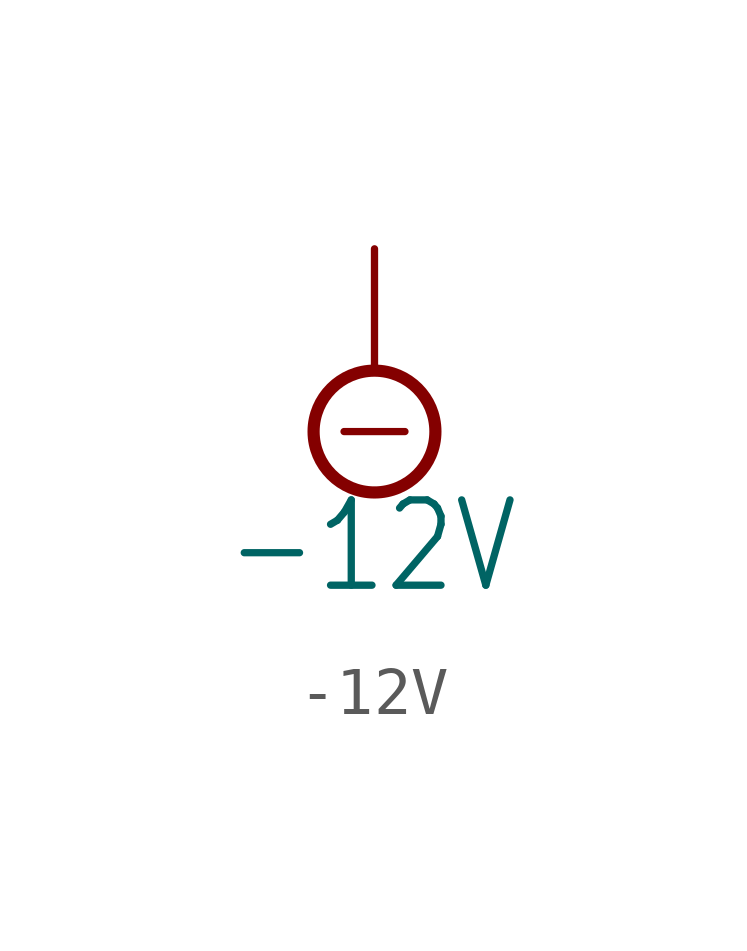
<source format=kicad_sym>
(kicad_symbol_lib
  (version 20220914)
  (generator kicad_symbol_editor)
  (symbol "-12V"
    (power)
    (property "Reference" "#SUPPLY"
      (at 0 0 0)
      (effects (font (size 1.27 1.27)) hide))
    (property "Value" "-12V"
      (at -3.175 -4.699 0)
      (effects (font (size 1.778 1.511)) (justify left bottom)))
    (property "ki_locked" ""
      (at 0 0 0)
      (effects (font (size 1.27 1.27))))
    (symbol "-12V_1_0"
      (circle (center 0 -1.27) (radius 1.27) (stroke (width 0.254) (type default)) (fill (type none)))
      (polyline (pts (xy -0.635 -1.27) (xy 0.635 -1.27)) (stroke (width 0.152) (type default)) (fill (type none)))
      (pin power_in line (at 0 2.54 270) (length 2.54) (name "-12V" (effects (font (size 0 0)))) (number "1" (effects (font (size 0 0))))))))
</source>
